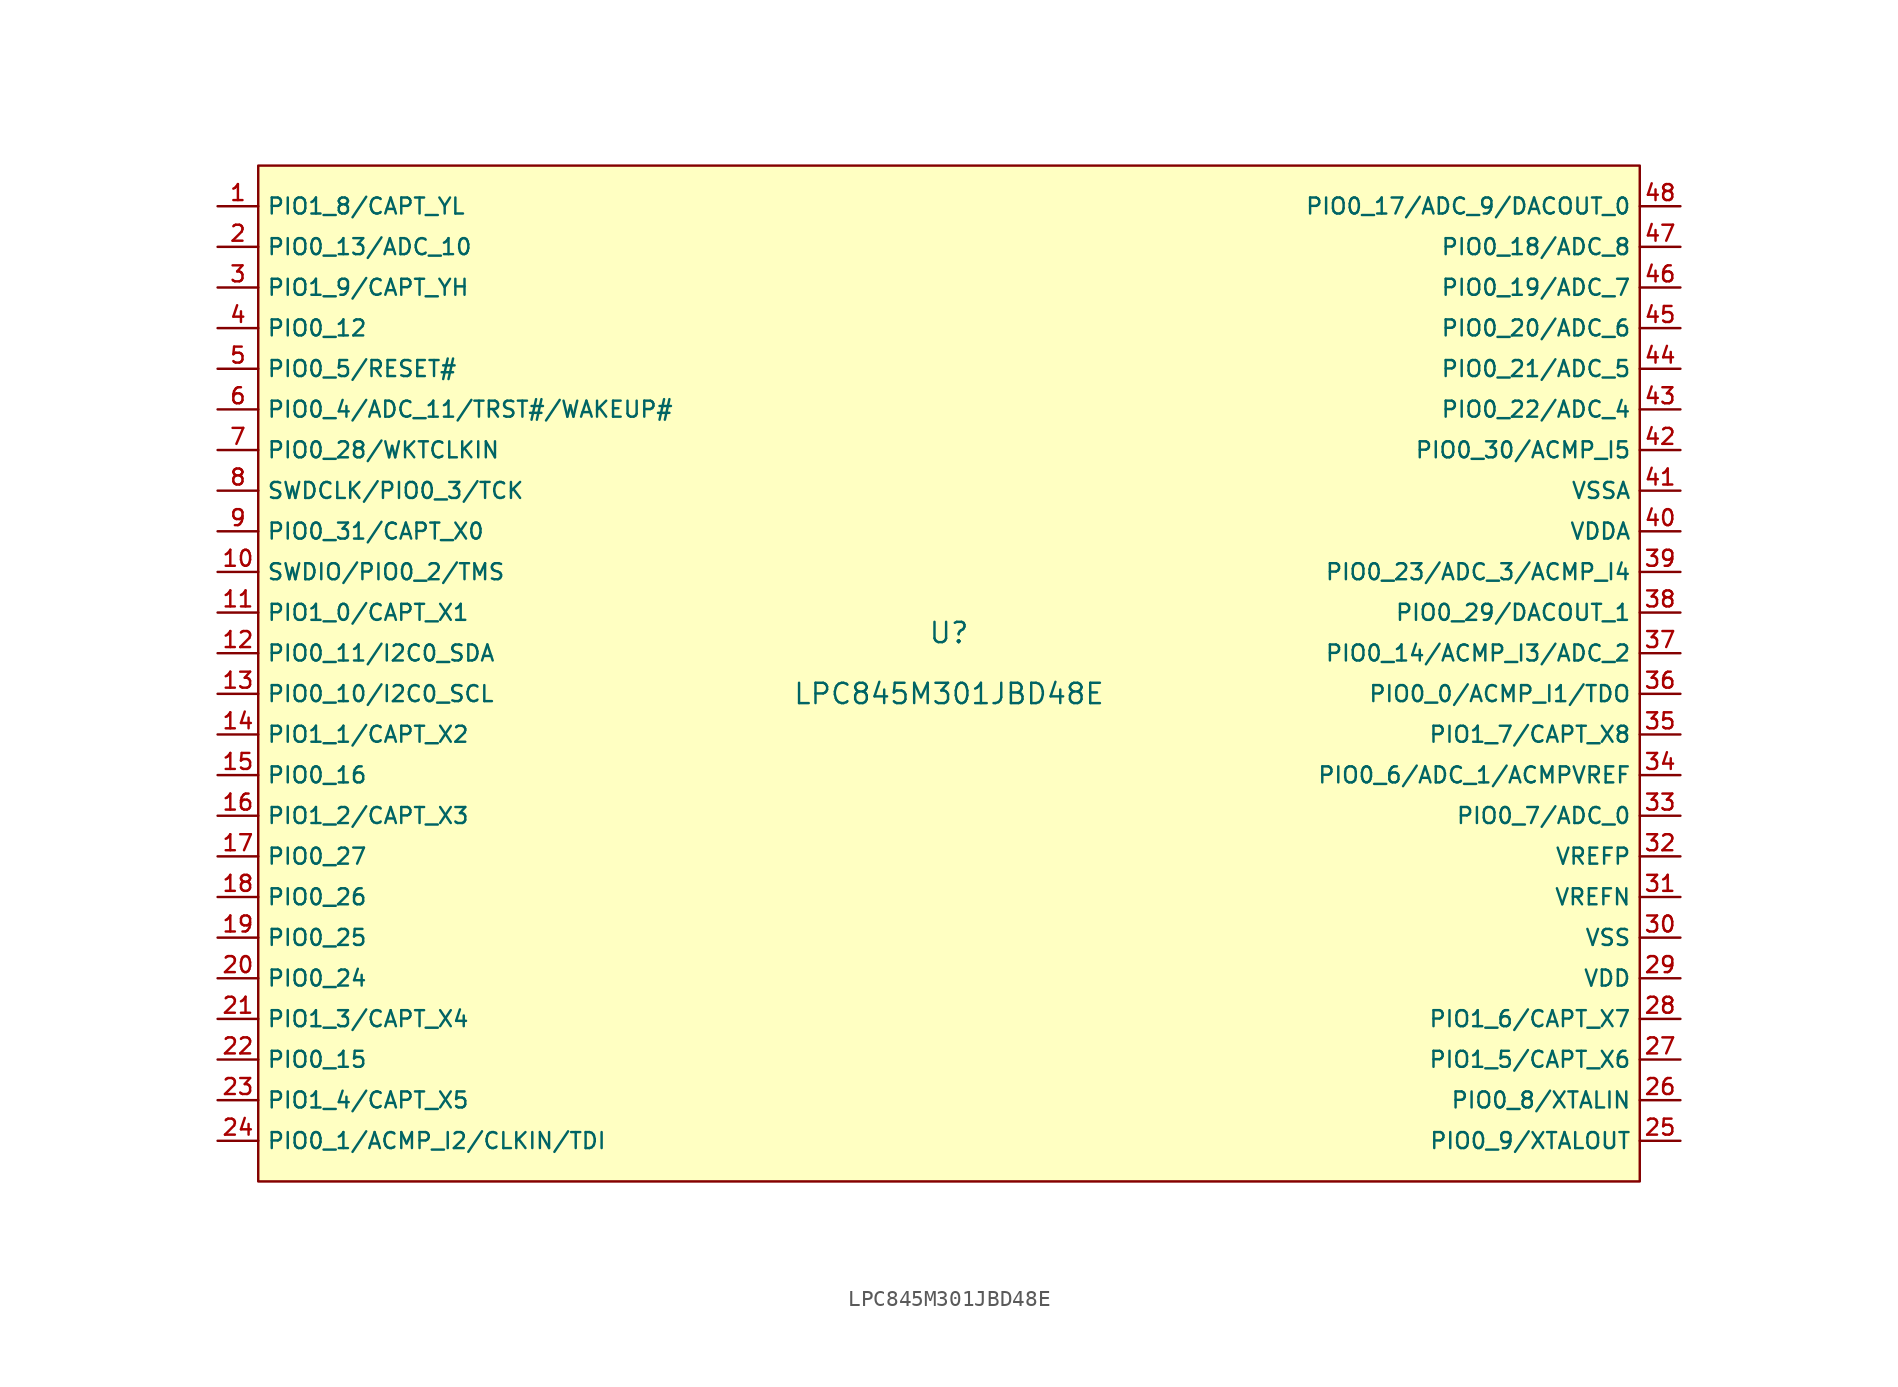
<source format=kicad_sym>
(kicad_symbol_lib
  (version 20231120)
  (generator "CDFER_Archive_Tool")
  (generator_version "0.0")
  (symbol "LPC845M301JBD48E"
    (property "Reference" "U"
      (at 0 1.27 0)
      (effects (font (size 1.27 1.27))))
    (property "Value" "LPC845M301JBD48E"
      (at 0 -2.54 0)
      (effects (font (size 1.27 1.27))))
    (symbol "LPC845M301JBD48E_0_1"
      (rectangle (start -43.18 30.48) (end 43.18 -33.02) (stroke (width 0) (type default)) (fill (type background)))
      (pin unspecified line (at -45.72 27.94 0) (length 2.54) (name "PIO1_8/CAPT_YL" (effects (font (size 1 1)))) (number "1" (effects (font (size 1 1)))))
      (pin unspecified line (at -45.72 5.08 0) (length 2.54) (name "SWDIO/PIO0_2/TMS" (effects (font (size 1 1)))) (number "10" (effects (font (size 1 1)))))
      (pin unspecified line (at -45.72 2.54 0) (length 2.54) (name "PIO1_0/CAPT_X1" (effects (font (size 1 1)))) (number "11" (effects (font (size 1 1)))))
      (pin unspecified line (at -45.72 0 0) (length 2.54) (name "PIO0_11/I2C0_SDA" (effects (font (size 1 1)))) (number "12" (effects (font (size 1 1)))))
      (pin unspecified line (at -45.72 -2.54 0) (length 2.54) (name "PIO0_10/I2C0_SCL" (effects (font (size 1 1)))) (number "13" (effects (font (size 1 1)))))
      (pin unspecified line (at -45.72 -5.08 0) (length 2.54) (name "PIO1_1/CAPT_X2" (effects (font (size 1 1)))) (number "14" (effects (font (size 1 1)))))
      (pin unspecified line (at -45.72 -7.62 0) (length 2.54) (name "PIO0_16" (effects (font (size 1 1)))) (number "15" (effects (font (size 1 1)))))
      (pin unspecified line (at -45.72 -10.16 0) (length 2.54) (name "PIO1_2/CAPT_X3" (effects (font (size 1 1)))) (number "16" (effects (font (size 1 1)))))
      (pin unspecified line (at -45.72 -12.7 0) (length 2.54) (name "PIO0_27" (effects (font (size 1 1)))) (number "17" (effects (font (size 1 1)))))
      (pin unspecified line (at -45.72 -15.24 0) (length 2.54) (name "PIO0_26" (effects (font (size 1 1)))) (number "18" (effects (font (size 1 1)))))
      (pin unspecified line (at -45.72 -17.78 0) (length 2.54) (name "PIO0_25" (effects (font (size 1 1)))) (number "19" (effects (font (size 1 1)))))
      (pin unspecified line (at -45.72 25.4 0) (length 2.54) (name "PIO0_13/ADC_10" (effects (font (size 1 1)))) (number "2" (effects (font (size 1 1)))))
      (pin unspecified line (at -45.72 -20.32 0) (length 2.54) (name "PIO0_24" (effects (font (size 1 1)))) (number "20" (effects (font (size 1 1)))))
      (pin unspecified line (at -45.72 -22.86 0) (length 2.54) (name "PIO1_3/CAPT_X4" (effects (font (size 1 1)))) (number "21" (effects (font (size 1 1)))))
      (pin unspecified line (at -45.72 -25.4 0) (length 2.54) (name "PIO0_15" (effects (font (size 1 1)))) (number "22" (effects (font (size 1 1)))))
      (pin unspecified line (at -45.72 -27.94 0) (length 2.54) (name "PIO1_4/CAPT_X5" (effects (font (size 1 1)))) (number "23" (effects (font (size 1 1)))))
      (pin unspecified line (at -45.72 -30.48 0) (length 2.54) (name "PIO0_1/ACMP_I2/CLKIN/TDI" (effects (font (size 1 1)))) (number "24" (effects (font (size 1 1)))))
      (pin unspecified line (at 45.72 -30.48 180) (length 2.54) (name "PIO0_9/XTALOUT" (effects (font (size 1 1)))) (number "25" (effects (font (size 1 1)))))
      (pin unspecified line (at 45.72 -27.94 180) (length 2.54) (name "PIO0_8/XTALIN" (effects (font (size 1 1)))) (number "26" (effects (font (size 1 1)))))
      (pin unspecified line (at 45.72 -25.4 180) (length 2.54) (name "PIO1_5/CAPT_X6" (effects (font (size 1 1)))) (number "27" (effects (font (size 1 1)))))
      (pin unspecified line (at 45.72 -22.86 180) (length 2.54) (name "PIO1_6/CAPT_X7" (effects (font (size 1 1)))) (number "28" (effects (font (size 1 1)))))
      (pin unspecified line (at 45.72 -20.32 180) (length 2.54) (name "VDD" (effects (font (size 1 1)))) (number "29" (effects (font (size 1 1)))))
      (pin unspecified line (at -45.72 22.86 0) (length 2.54) (name "PIO1_9/CAPT_YH" (effects (font (size 1 1)))) (number "3" (effects (font (size 1 1)))))
      (pin unspecified line (at 45.72 -17.78 180) (length 2.54) (name "VSS" (effects (font (size 1 1)))) (number "30" (effects (font (size 1 1)))))
      (pin unspecified line (at 45.72 -15.24 180) (length 2.54) (name "VREFN" (effects (font (size 1 1)))) (number "31" (effects (font (size 1 1)))))
      (pin unspecified line (at 45.72 -12.7 180) (length 2.54) (name "VREFP" (effects (font (size 1 1)))) (number "32" (effects (font (size 1 1)))))
      (pin unspecified line (at 45.72 -10.16 180) (length 2.54) (name "PIO0_7/ADC_0" (effects (font (size 1 1)))) (number "33" (effects (font (size 1 1)))))
      (pin unspecified line (at 45.72 -7.62 180) (length 2.54) (name "PIO0_6/ADC_1/ACMPVREF" (effects (font (size 1 1)))) (number "34" (effects (font (size 1 1)))))
      (pin unspecified line (at 45.72 -5.08 180) (length 2.54) (name "PIO1_7/CAPT_X8" (effects (font (size 1 1)))) (number "35" (effects (font (size 1 1)))))
      (pin unspecified line (at 45.72 -2.54 180) (length 2.54) (name "PIO0_0/ACMP_I1/TDO" (effects (font (size 1 1)))) (number "36" (effects (font (size 1 1)))))
      (pin unspecified line (at 45.72 0 180) (length 2.54) (name "PIO0_14/ACMP_I3/ADC_2" (effects (font (size 1 1)))) (number "37" (effects (font (size 1 1)))))
      (pin unspecified line (at 45.72 2.54 180) (length 2.54) (name "PIO0_29/DACOUT_1" (effects (font (size 1 1)))) (number "38" (effects (font (size 1 1)))))
      (pin unspecified line (at 45.72 5.08 180) (length 2.54) (name "PIO0_23/ADC_3/ACMP_I4" (effects (font (size 1 1)))) (number "39" (effects (font (size 1 1)))))
      (pin unspecified line (at -45.72 20.32 0) (length 2.54) (name "PIO0_12" (effects (font (size 1 1)))) (number "4" (effects (font (size 1 1)))))
      (pin unspecified line (at 45.72 7.62 180) (length 2.54) (name "VDDA" (effects (font (size 1 1)))) (number "40" (effects (font (size 1 1)))))
      (pin unspecified line (at 45.72 10.16 180) (length 2.54) (name "VSSA" (effects (font (size 1 1)))) (number "41" (effects (font (size 1 1)))))
      (pin unspecified line (at 45.72 12.7 180) (length 2.54) (name "PIO0_30/ACMP_I5" (effects (font (size 1 1)))) (number "42" (effects (font (size 1 1)))))
      (pin unspecified line (at 45.72 15.24 180) (length 2.54) (name "PIO0_22/ADC_4" (effects (font (size 1 1)))) (number "43" (effects (font (size 1 1)))))
      (pin unspecified line (at 45.72 17.78 180) (length 2.54) (name "PIO0_21/ADC_5" (effects (font (size 1 1)))) (number "44" (effects (font (size 1 1)))))
      (pin unspecified line (at 45.72 20.32 180) (length 2.54) (name "PIO0_20/ADC_6" (effects (font (size 1 1)))) (number "45" (effects (font (size 1 1)))))
      (pin unspecified line (at 45.72 22.86 180) (length 2.54) (name "PIO0_19/ADC_7" (effects (font (size 1 1)))) (number "46" (effects (font (size 1 1)))))
      (pin unspecified line (at 45.72 25.4 180) (length 2.54) (name "PIO0_18/ADC_8" (effects (font (size 1 1)))) (number "47" (effects (font (size 1 1)))))
      (pin unspecified line (at 45.72 27.94 180) (length 2.54) (name "PIO0_17/ADC_9/DACOUT_0" (effects (font (size 1 1)))) (number "48" (effects (font (size 1 1)))))
      (pin unspecified line (at -45.72 17.78 0) (length 2.54) (name "PIO0_5/RESET#" (effects (font (size 1 1)))) (number "5" (effects (font (size 1 1)))))
      (pin unspecified line (at -45.72 15.24 0) (length 2.54) (name "PIO0_4/ADC_11/TRST#/WAKEUP#" (effects (font (size 1 1)))) (number "6" (effects (font (size 1 1)))))
      (pin unspecified line (at -45.72 12.7 0) (length 2.54) (name "PIO0_28/WKTCLKIN" (effects (font (size 1 1)))) (number "7" (effects (font (size 1 1)))))
      (pin unspecified line (at -45.72 10.16 0) (length 2.54) (name "SWDCLK/PIO0_3/TCK" (effects (font (size 1 1)))) (number "8" (effects (font (size 1 1)))))
      (pin unspecified line (at -45.72 7.62 0) (length 2.54) (name "PIO0_31/CAPT_X0" (effects (font (size 1 1)))) (number "9" (effects (font (size 1 1))))))))
</source>
